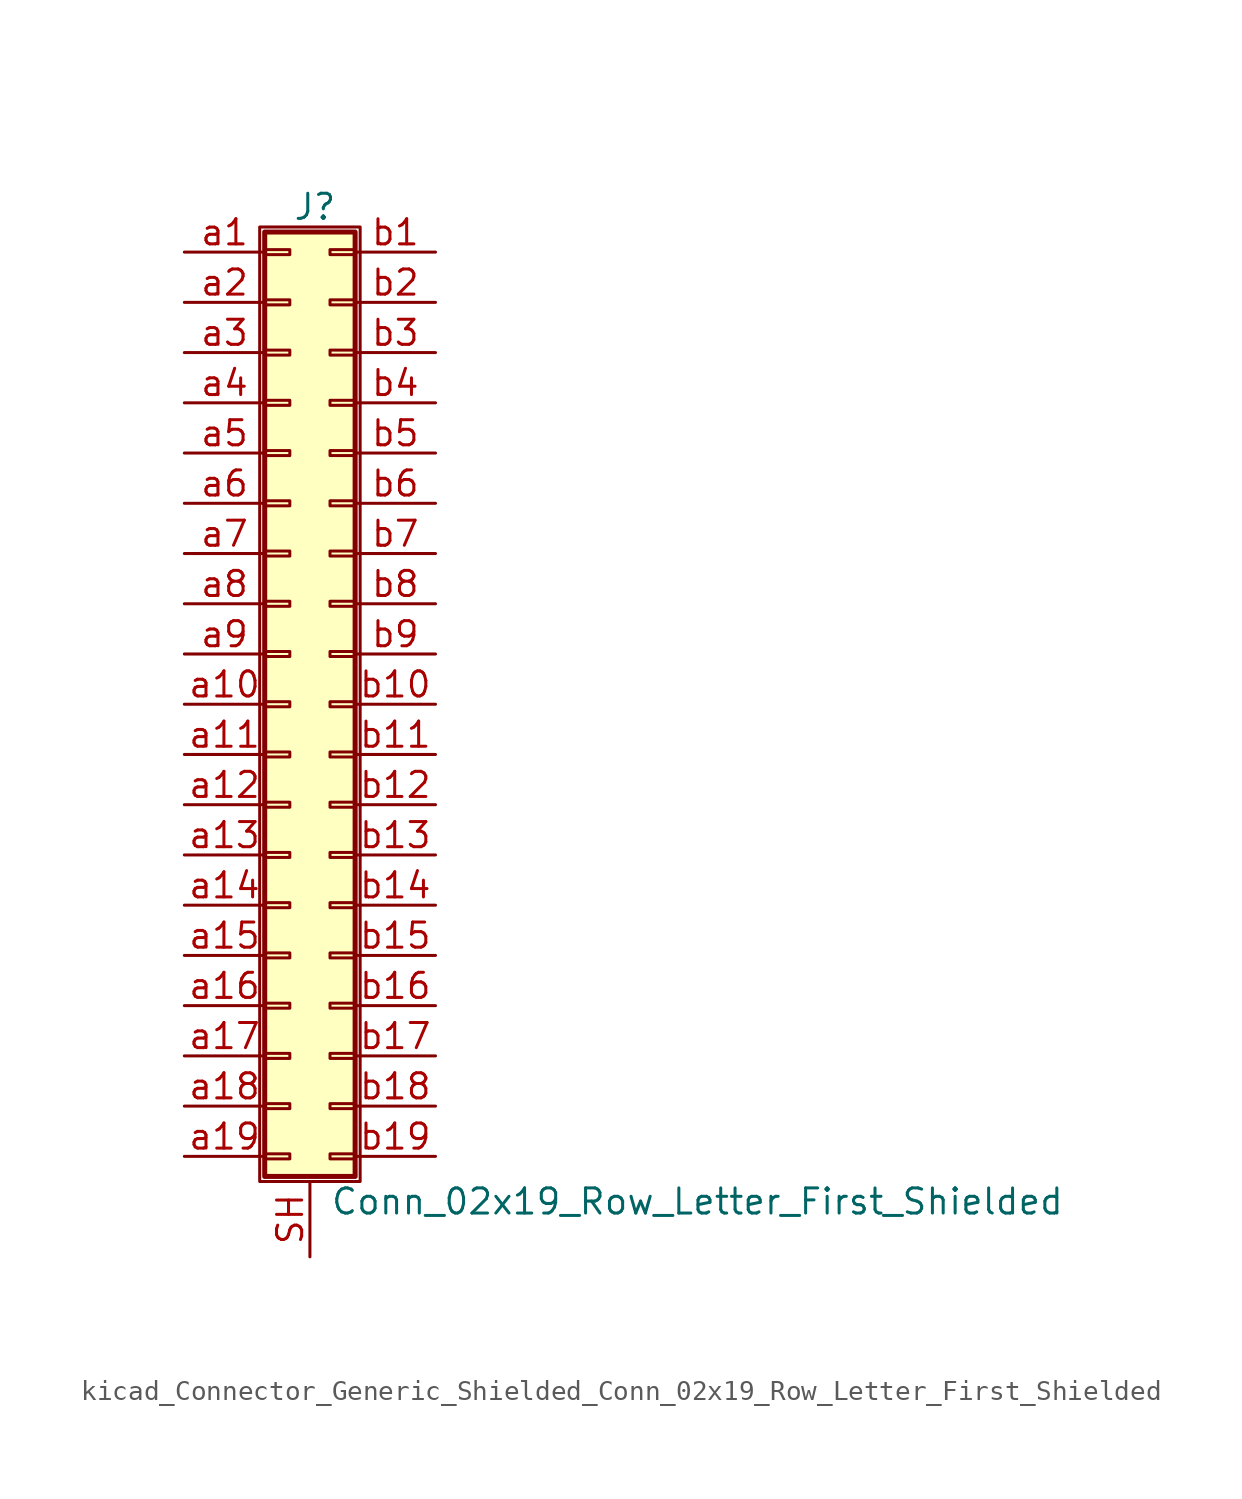
<source format=kicad_sym>
(kicad_symbol_lib
  (version 20220914)
  (generator kicad_symbol_editor)
  (symbol "kicad_Connector_Generic_Shielded_Conn_02x19_Row_Letter_First_Shielded"
    (pin_names
      (offset 1.016) hide)
    (property "Reference" "J"
      (at 1.524 25.146 0)
      (effects (font (size 1.27 1.27))))
    (property "Value" "Conn_02x19_Row_Letter_First_Shielded"
      (at 2.286 -25.146 0)
      (effects (font (size 1.27 1.27)) (justify left)))
    (symbol "kicad_Connector_Generic_Shielded_Conn_02x19_Row_Letter_First_Shielded_1_1"
      (rectangle (start -1.27 24.13) (end 3.81 -24.13) (stroke (width 0.152) (type default)) (fill (type none)))
      (rectangle (start -1.016 -22.733) (end 0.254 -22.987) (stroke (width 0.152) (type default)) (fill (type none)))
      (rectangle (start -1.016 -20.193) (end 0.254 -20.447) (stroke (width 0.152) (type default)) (fill (type none)))
      (rectangle (start -1.016 -17.653) (end 0.254 -17.907) (stroke (width 0.152) (type default)) (fill (type none)))
      (rectangle (start -1.016 -15.113) (end 0.254 -15.367) (stroke (width 0.152) (type default)) (fill (type none)))
      (rectangle (start -1.016 -12.573) (end 0.254 -12.827) (stroke (width 0.152) (type default)) (fill (type none)))
      (rectangle (start -1.016 -10.033) (end 0.254 -10.287) (stroke (width 0.152) (type default)) (fill (type none)))
      (rectangle (start -1.016 -7.493) (end 0.254 -7.747) (stroke (width 0.152) (type default)) (fill (type none)))
      (rectangle (start -1.016 -4.953) (end 0.254 -5.207) (stroke (width 0.152) (type default)) (fill (type none)))
      (rectangle (start -1.016 -2.413) (end 0.254 -2.667) (stroke (width 0.152) (type default)) (fill (type none)))
      (rectangle (start -1.016 0.127) (end 0.254 -0.127) (stroke (width 0.152) (type default)) (fill (type none)))
      (rectangle (start -1.016 2.667) (end 0.254 2.413) (stroke (width 0.152) (type default)) (fill (type none)))
      (rectangle (start -1.016 5.207) (end 0.254 4.953) (stroke (width 0.152) (type default)) (fill (type none)))
      (rectangle (start -1.016 7.747) (end 0.254 7.493) (stroke (width 0.152) (type default)) (fill (type none)))
      (rectangle (start -1.016 10.287) (end 0.254 10.033) (stroke (width 0.152) (type default)) (fill (type none)))
      (rectangle (start -1.016 12.827) (end 0.254 12.573) (stroke (width 0.152) (type default)) (fill (type none)))
      (rectangle (start -1.016 15.367) (end 0.254 15.113) (stroke (width 0.152) (type default)) (fill (type none)))
      (rectangle (start -1.016 17.907) (end 0.254 17.653) (stroke (width 0.152) (type default)) (fill (type none)))
      (rectangle (start -1.016 20.447) (end 0.254 20.193) (stroke (width 0.152) (type default)) (fill (type none)))
      (rectangle (start -1.016 22.987) (end 0.254 22.733) (stroke (width 0.152) (type default)) (fill (type none)))
      (rectangle (start -1.016 23.876) (end 3.556 -23.876) (stroke (width 0.254) (type default)) (fill (type background)))
      (rectangle (start 3.556 -22.733) (end 2.286 -22.987) (stroke (width 0.152) (type default)) (fill (type none)))
      (rectangle (start 3.556 -20.193) (end 2.286 -20.447) (stroke (width 0.152) (type default)) (fill (type none)))
      (rectangle (start 3.556 -17.653) (end 2.286 -17.907) (stroke (width 0.152) (type default)) (fill (type none)))
      (rectangle (start 3.556 -15.113) (end 2.286 -15.367) (stroke (width 0.152) (type default)) (fill (type none)))
      (rectangle (start 3.556 -12.573) (end 2.286 -12.827) (stroke (width 0.152) (type default)) (fill (type none)))
      (rectangle (start 3.556 -10.033) (end 2.286 -10.287) (stroke (width 0.152) (type default)) (fill (type none)))
      (rectangle (start 3.556 -7.493) (end 2.286 -7.747) (stroke (width 0.152) (type default)) (fill (type none)))
      (rectangle (start 3.556 -4.953) (end 2.286 -5.207) (stroke (width 0.152) (type default)) (fill (type none)))
      (rectangle (start 3.556 -2.413) (end 2.286 -2.667) (stroke (width 0.152) (type default)) (fill (type none)))
      (rectangle (start 3.556 0.127) (end 2.286 -0.127) (stroke (width 0.152) (type default)) (fill (type none)))
      (rectangle (start 3.556 2.667) (end 2.286 2.413) (stroke (width 0.152) (type default)) (fill (type none)))
      (rectangle (start 3.556 5.207) (end 2.286 4.953) (stroke (width 0.152) (type default)) (fill (type none)))
      (rectangle (start 3.556 7.747) (end 2.286 7.493) (stroke (width 0.152) (type default)) (fill (type none)))
      (rectangle (start 3.556 10.287) (end 2.286 10.033) (stroke (width 0.152) (type default)) (fill (type none)))
      (rectangle (start 3.556 12.827) (end 2.286 12.573) (stroke (width 0.152) (type default)) (fill (type none)))
      (rectangle (start 3.556 15.367) (end 2.286 15.113) (stroke (width 0.152) (type default)) (fill (type none)))
      (rectangle (start 3.556 17.907) (end 2.286 17.653) (stroke (width 0.152) (type default)) (fill (type none)))
      (rectangle (start 3.556 20.447) (end 2.286 20.193) (stroke (width 0.152) (type default)) (fill (type none)))
      (rectangle (start 3.556 22.987) (end 2.286 22.733) (stroke (width 0.152) (type default)) (fill (type none)))
      (pin passive line (at 1.27 -27.94 90) (length 3.81) (name "Shield" (effects (font (size 1.27 1.27)))) (number "SH" (effects (font (size 1.27 1.27)))))
      (pin passive line (at -5.08 22.86 0) (length 4.064) (name "Pin_a1" (effects (font (size 1.27 1.27)))) (number "a1" (effects (font (size 1.27 1.27)))))
      (pin passive line (at -5.08 0 0) (length 4.064) (name "Pin_a10" (effects (font (size 1.27 1.27)))) (number "a10" (effects (font (size 1.27 1.27)))))
      (pin passive line (at -5.08 -2.54 0) (length 4.064) (name "Pin_a11" (effects (font (size 1.27 1.27)))) (number "a11" (effects (font (size 1.27 1.27)))))
      (pin passive line (at -5.08 -5.08 0) (length 4.064) (name "Pin_a12" (effects (font (size 1.27 1.27)))) (number "a12" (effects (font (size 1.27 1.27)))))
      (pin passive line (at -5.08 -7.62 0) (length 4.064) (name "Pin_a13" (effects (font (size 1.27 1.27)))) (number "a13" (effects (font (size 1.27 1.27)))))
      (pin passive line (at -5.08 -10.16 0) (length 4.064) (name "Pin_a14" (effects (font (size 1.27 1.27)))) (number "a14" (effects (font (size 1.27 1.27)))))
      (pin passive line (at -5.08 -12.7 0) (length 4.064) (name "Pin_a15" (effects (font (size 1.27 1.27)))) (number "a15" (effects (font (size 1.27 1.27)))))
      (pin passive line (at -5.08 -15.24 0) (length 4.064) (name "Pin_a16" (effects (font (size 1.27 1.27)))) (number "a16" (effects (font (size 1.27 1.27)))))
      (pin passive line (at -5.08 -17.78 0) (length 4.064) (name "Pin_a17" (effects (font (size 1.27 1.27)))) (number "a17" (effects (font (size 1.27 1.27)))))
      (pin passive line (at -5.08 -20.32 0) (length 4.064) (name "Pin_a18" (effects (font (size 1.27 1.27)))) (number "a18" (effects (font (size 1.27 1.27)))))
      (pin passive line (at -5.08 -22.86 0) (length 4.064) (name "Pin_a19" (effects (font (size 1.27 1.27)))) (number "a19" (effects (font (size 1.27 1.27)))))
      (pin passive line (at -5.08 20.32 0) (length 4.064) (name "Pin_a2" (effects (font (size 1.27 1.27)))) (number "a2" (effects (font (size 1.27 1.27)))))
      (pin passive line (at -5.08 17.78 0) (length 4.064) (name "Pin_a3" (effects (font (size 1.27 1.27)))) (number "a3" (effects (font (size 1.27 1.27)))))
      (pin passive line (at -5.08 15.24 0) (length 4.064) (name "Pin_a4" (effects (font (size 1.27 1.27)))) (number "a4" (effects (font (size 1.27 1.27)))))
      (pin passive line (at -5.08 12.7 0) (length 4.064) (name "Pin_a5" (effects (font (size 1.27 1.27)))) (number "a5" (effects (font (size 1.27 1.27)))))
      (pin passive line (at -5.08 10.16 0) (length 4.064) (name "Pin_a6" (effects (font (size 1.27 1.27)))) (number "a6" (effects (font (size 1.27 1.27)))))
      (pin passive line (at -5.08 7.62 0) (length 4.064) (name "Pin_a7" (effects (font (size 1.27 1.27)))) (number "a7" (effects (font (size 1.27 1.27)))))
      (pin passive line (at -5.08 5.08 0) (length 4.064) (name "Pin_a8" (effects (font (size 1.27 1.27)))) (number "a8" (effects (font (size 1.27 1.27)))))
      (pin passive line (at -5.08 2.54 0) (length 4.064) (name "Pin_a9" (effects (font (size 1.27 1.27)))) (number "a9" (effects (font (size 1.27 1.27)))))
      (pin passive line (at 7.62 22.86 180) (length 4.064) (name "Pin_b1" (effects (font (size 1.27 1.27)))) (number "b1" (effects (font (size 1.27 1.27)))))
      (pin passive line (at 7.62 0 180) (length 4.064) (name "Pin_b10" (effects (font (size 1.27 1.27)))) (number "b10" (effects (font (size 1.27 1.27)))))
      (pin passive line (at 7.62 -2.54 180) (length 4.064) (name "Pin_b11" (effects (font (size 1.27 1.27)))) (number "b11" (effects (font (size 1.27 1.27)))))
      (pin passive line (at 7.62 -5.08 180) (length 4.064) (name "Pin_b12" (effects (font (size 1.27 1.27)))) (number "b12" (effects (font (size 1.27 1.27)))))
      (pin passive line (at 7.62 -7.62 180) (length 4.064) (name "Pin_b13" (effects (font (size 1.27 1.27)))) (number "b13" (effects (font (size 1.27 1.27)))))
      (pin passive line (at 7.62 -10.16 180) (length 4.064) (name "Pin_b14" (effects (font (size 1.27 1.27)))) (number "b14" (effects (font (size 1.27 1.27)))))
      (pin passive line (at 7.62 -12.7 180) (length 4.064) (name "Pin_b15" (effects (font (size 1.27 1.27)))) (number "b15" (effects (font (size 1.27 1.27)))))
      (pin passive line (at 7.62 -15.24 180) (length 4.064) (name "Pin_b16" (effects (font (size 1.27 1.27)))) (number "b16" (effects (font (size 1.27 1.27)))))
      (pin passive line (at 7.62 -17.78 180) (length 4.064) (name "Pin_b17" (effects (font (size 1.27 1.27)))) (number "b17" (effects (font (size 1.27 1.27)))))
      (pin passive line (at 7.62 -20.32 180) (length 4.064) (name "Pin_b18" (effects (font (size 1.27 1.27)))) (number "b18" (effects (font (size 1.27 1.27)))))
      (pin passive line (at 7.62 -22.86 180) (length 4.064) (name "Pin_b19" (effects (font (size 1.27 1.27)))) (number "b19" (effects (font (size 1.27 1.27)))))
      (pin passive line (at 7.62 20.32 180) (length 4.064) (name "Pin_b2" (effects (font (size 1.27 1.27)))) (number "b2" (effects (font (size 1.27 1.27)))))
      (pin passive line (at 7.62 17.78 180) (length 4.064) (name "Pin_b3" (effects (font (size 1.27 1.27)))) (number "b3" (effects (font (size 1.27 1.27)))))
      (pin passive line (at 7.62 15.24 180) (length 4.064) (name "Pin_b4" (effects (font (size 1.27 1.27)))) (number "b4" (effects (font (size 1.27 1.27)))))
      (pin passive line (at 7.62 12.7 180) (length 4.064) (name "Pin_b5" (effects (font (size 1.27 1.27)))) (number "b5" (effects (font (size 1.27 1.27)))))
      (pin passive line (at 7.62 10.16 180) (length 4.064) (name "Pin_b6" (effects (font (size 1.27 1.27)))) (number "b6" (effects (font (size 1.27 1.27)))))
      (pin passive line (at 7.62 7.62 180) (length 4.064) (name "Pin_b7" (effects (font (size 1.27 1.27)))) (number "b7" (effects (font (size 1.27 1.27)))))
      (pin passive line (at 7.62 5.08 180) (length 4.064) (name "Pin_b8" (effects (font (size 1.27 1.27)))) (number "b8" (effects (font (size 1.27 1.27)))))
      (pin passive line (at 7.62 2.54 180) (length 4.064) (name "Pin_b9" (effects (font (size 1.27 1.27)))) (number "b9" (effects (font (size 1.27 1.27))))))))
</source>
